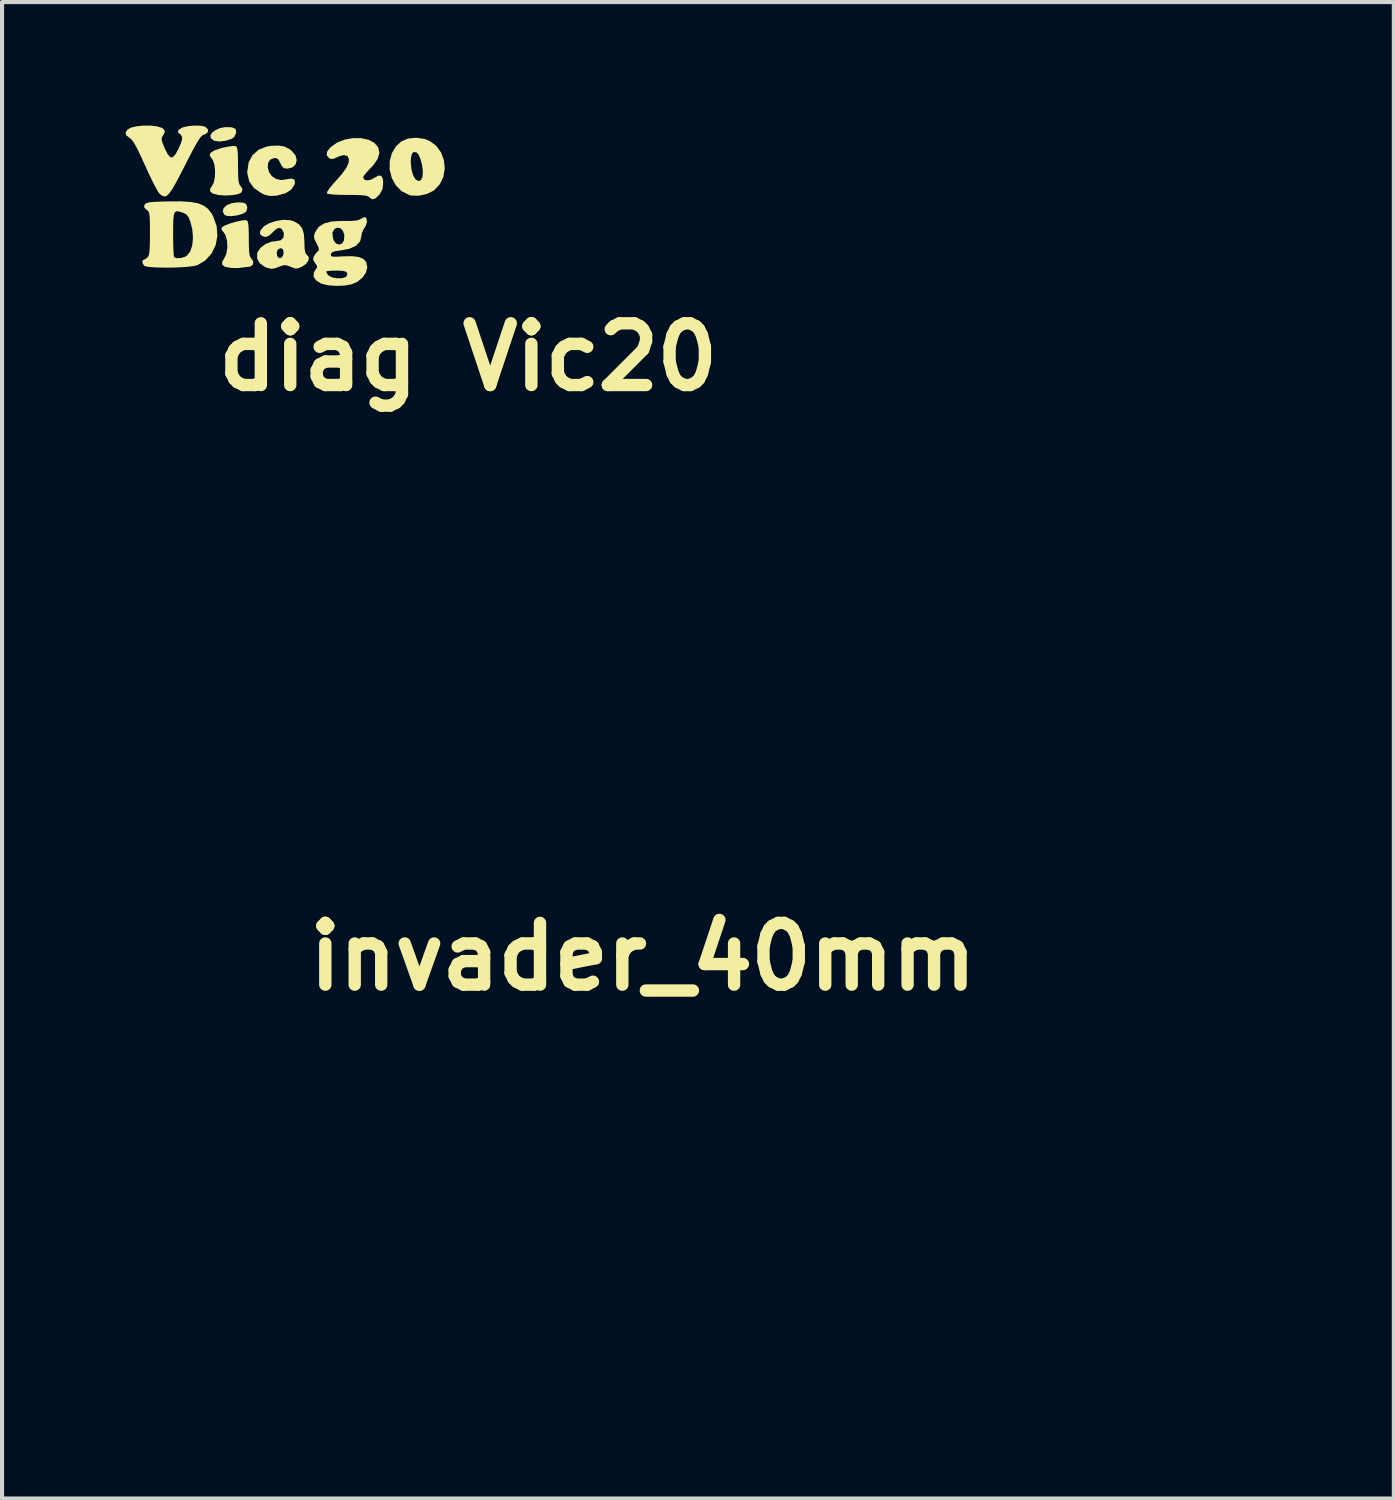
<source format=kicad_pcb>
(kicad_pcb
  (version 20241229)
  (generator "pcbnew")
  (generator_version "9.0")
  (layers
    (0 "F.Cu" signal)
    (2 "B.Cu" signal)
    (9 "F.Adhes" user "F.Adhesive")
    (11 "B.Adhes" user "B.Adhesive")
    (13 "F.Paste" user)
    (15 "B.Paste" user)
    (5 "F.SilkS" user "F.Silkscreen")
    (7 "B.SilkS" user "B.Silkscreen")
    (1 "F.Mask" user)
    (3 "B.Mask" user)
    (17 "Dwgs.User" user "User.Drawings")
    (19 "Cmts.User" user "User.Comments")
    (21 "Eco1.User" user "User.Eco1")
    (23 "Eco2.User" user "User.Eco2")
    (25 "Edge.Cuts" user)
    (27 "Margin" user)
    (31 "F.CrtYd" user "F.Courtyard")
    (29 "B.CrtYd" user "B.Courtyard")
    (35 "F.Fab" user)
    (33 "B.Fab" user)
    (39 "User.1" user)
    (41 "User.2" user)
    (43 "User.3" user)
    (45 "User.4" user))
  (footprint "diag Vic20"
    (layer "F.Cu")
    (at 8.321 5.624)
    (property "Reference" "diag Vic20" (at 0 0 0) (layer "F.SilkS") (effects (font (size 1.5 1.5) (thickness 0.3))))
    (attr board_only exclude_from_pos_files exclude_from_bom)
    (fp_poly (pts (xy -5.463 -3.751) (xy -5.393 -3.718) (xy -5.367 -3.651) (xy -5.365 -3.617) (xy -5.392 -3.533) (xy -5.468 -3.484) (xy -5.607 -3.443) (xy -5.745 -3.424) (xy -5.858 -3.43) (xy -5.919 -3.456) (xy -5.961 -3.539) (xy -5.939 -3.62) (xy -5.863 -3.69) (xy -5.742 -3.739) (xy -5.591 -3.759)) (stroke (width 0) (type solid)) (fill yes) (layer "F.SilkS"))
    (fp_poly (pts (xy -5.764 -5.583) (xy -5.721 -5.575) (xy -5.65 -5.542) (xy -5.633 -5.476) (xy -5.635 -5.449) (xy -5.681 -5.346) (xy -5.74 -5.304) (xy -5.891 -5.255) (xy -6.043 -5.237) (xy -6.165 -5.254) (xy -6.181 -5.261) (xy -6.252 -5.319) (xy -6.261 -5.385) (xy -6.219 -5.453) (xy -6.137 -5.514) (xy -6.027 -5.562) (xy -5.899 -5.587)) (stroke (width 0) (type solid)) (fill yes) (layer "F.SilkS"))
    (fp_poly (pts (xy -5.381 -3.324) (xy -5.357 -3.299) (xy -5.341 -3.236) (xy -5.332 -3.124) (xy -5.328 -2.953) (xy -5.328 -2.876) (xy -5.325 -2.678) (xy -5.318 -2.543) (xy -5.303 -2.457) (xy -5.28 -2.41) (xy -5.271 -2.401) (xy -5.22 -2.325) (xy -5.226 -2.25) (xy -5.286 -2.201) (xy -5.299 -2.198) (xy -5.594 -2.163) (xy -5.766 -2.167) (xy -5.905 -2.194) (xy -5.974 -2.245) (xy -5.972 -2.321) (xy -5.932 -2.386) (xy -5.874 -2.506) (xy -5.849 -2.66) (xy -5.855 -2.82) (xy -5.892 -2.959) (xy -5.935 -3.028) (xy -5.988 -3.094) (xy -5.989 -3.137) (xy -5.963 -3.166) (xy -5.896 -3.204) (xy -5.783 -3.246) (xy -5.649 -3.285) (xy -5.52 -3.315) (xy -5.42 -3.328)) (stroke (width 0) (type solid)) (fill yes) (layer "F.SilkS"))
    (fp_poly (pts (xy -5.649 -5.127) (xy -5.647 -5.126) (xy -5.622 -5.104) (xy -5.605 -5.05) (xy -5.596 -4.953) (xy -5.591 -4.801) (xy -5.59 -4.658) (xy -5.588 -4.456) (xy -5.581 -4.317) (xy -5.568 -4.228) (xy -5.546 -4.178) (xy -5.534 -4.165) (xy -5.482 -4.087) (xy -5.5 -4.011) (xy -5.525 -3.987) (xy -5.605 -3.954) (xy -5.734 -3.934) (xy -5.887 -3.926) (xy -6.039 -3.934) (xy -6.072 -3.939) (xy -6.207 -3.975) (xy -6.27 -4.029) (xy -6.261 -4.102) (xy -6.226 -4.148) (xy -6.179 -4.239) (xy -6.152 -4.375) (xy -6.147 -4.527) (xy -6.163 -4.672) (xy -6.2 -4.784) (xy -6.227 -4.82) (xy -6.278 -4.893) (xy -6.26 -4.959) (xy -6.17 -5.018) (xy -6.007 -5.073) (xy -5.966 -5.084) (xy -5.829 -5.113) (xy -5.715 -5.128)) (stroke (width 0) (type solid)) (fill yes) (layer "F.SilkS"))
    (fp_poly (pts (xy -1.068 -5.302) (xy -0.937 -5.252) (xy -0.772 -5.13) (xy -0.655 -4.966) (xy -0.587 -4.776) (xy -0.569 -4.574) (xy -0.602 -4.377) (xy -0.688 -4.198) (xy -0.827 -4.053) (xy -0.851 -4.036) (xy -1.015 -3.959) (xy -1.202 -3.92) (xy -1.378 -3.924) (xy -1.434 -3.937) (xy -1.618 -4.032) (xy -1.759 -4.175) (xy -1.855 -4.353) (xy -1.905 -4.55) (xy -1.906 -4.73) (xy -1.394 -4.73) (xy -1.376 -4.556) (xy -1.335 -4.412) (xy -1.277 -4.315) (xy -1.207 -4.277) (xy -1.204 -4.277) (xy -1.145 -4.3) (xy -1.11 -4.379) (xy -1.106 -4.402) (xy -1.101 -4.52) (xy -1.119 -4.661) (xy -1.155 -4.8) (xy -1.201 -4.911) (xy -1.246 -4.967) (xy -1.32 -4.985) (xy -1.369 -4.934) (xy -1.392 -4.815) (xy -1.394 -4.73) (xy -1.906 -4.73) (xy -1.906 -4.754) (xy -1.855 -4.949) (xy -1.752 -5.122) (xy -1.617 -5.243) (xy -1.457 -5.309) (xy -1.265 -5.329)) (stroke (width 0) (type solid)) (fill yes) (layer "F.SilkS"))
    (fp_poly (pts (xy -4.463 -5.115) (xy -4.346 -5.056) (xy -4.28 -5.005) (xy -4.192 -4.897) (xy -4.164 -4.783) (xy -4.191 -4.68) (xy -4.269 -4.606) (xy -4.393 -4.577) (xy -4.394 -4.577) (xy -4.476 -4.59) (xy -4.529 -4.643) (xy -4.562 -4.711) (xy -4.608 -4.799) (xy -4.66 -4.833) (xy -4.719 -4.833) (xy -4.811 -4.793) (xy -4.86 -4.71) (xy -4.868 -4.604) (xy -4.836 -4.493) (xy -4.766 -4.394) (xy -4.67 -4.33) (xy -4.548 -4.3) (xy -4.417 -4.317) (xy -4.409 -4.319) (xy -4.285 -4.338) (xy -4.218 -4.309) (xy -4.208 -4.231) (xy -4.223 -4.176) (xy -4.301 -4.064) (xy -4.441 -3.978) (xy -4.634 -3.926) (xy -4.671 -3.921) (xy -4.812 -3.914) (xy -4.931 -3.94) (xy -5.027 -3.984) (xy -5.206 -4.11) (xy -5.318 -4.27) (xy -5.364 -4.466) (xy -5.365 -4.51) (xy -5.332 -4.727) (xy -5.238 -4.905) (xy -5.09 -5.037) (xy -4.893 -5.115) (xy -4.783 -5.132) (xy -4.6 -5.138)) (stroke (width 0) (type solid)) (fill yes) (layer "F.SilkS"))
    (fp_poly (pts (xy -2.604 -5.319) (xy -2.426 -5.281) (xy -2.281 -5.208) (xy -2.186 -5.098) (xy -2.183 -5.092) (xy -2.156 -4.958) (xy -2.198 -4.813) (xy -2.31 -4.653) (xy -2.383 -4.577) (xy -2.471 -4.483) (xy -2.532 -4.406) (xy -2.551 -4.366) (xy -2.522 -4.311) (xy -2.449 -4.292) (xy -2.354 -4.312) (xy -2.282 -4.351) (xy -2.178 -4.41) (xy -2.109 -4.403) (xy -2.072 -4.33) (xy -2.064 -4.225) (xy -2.081 -4.08) (xy -2.144 -3.963) (xy -2.161 -3.942) (xy -2.252 -3.853) (xy -2.327 -3.832) (xy -2.394 -3.874) (xy -2.401 -3.883) (xy -2.437 -3.908) (xy -2.504 -3.924) (xy -2.615 -3.934) (xy -2.78 -3.939) (xy -2.929 -3.939) (xy -3.136 -3.942) (xy -3.296 -3.951) (xy -3.398 -3.964) (xy -3.434 -3.978) (xy -3.421 -4.021) (xy -3.365 -4.103) (xy -3.277 -4.209) (xy -3.23 -4.26) (xy -3.066 -4.448) (xy -2.958 -4.599) (xy -2.904 -4.721) (xy -2.896 -4.814) (xy -2.936 -4.887) (xy -3.021 -4.908) (xy -3.142 -4.875) (xy -3.181 -4.855) (xy -3.283 -4.813) (xy -3.354 -4.819) (xy -3.37 -4.827) (xy -3.436 -4.9) (xy -3.428 -4.989) (xy -3.348 -5.094) (xy -3.342 -5.1) (xy -3.185 -5.21) (xy -2.999 -5.283) (xy -2.8 -5.319)) (stroke (width 0) (type solid)) (fill yes) (layer "F.SilkS"))
    (fp_poly (pts (xy -4.328 -3.326) (xy -4.239 -3.301) (xy -4.113 -3.23) (xy -4.032 -3.131) (xy -3.99 -2.991) (xy -3.977 -2.793) (xy -3.977 -2.792) (xy -3.973 -2.64) (xy -3.959 -2.546) (xy -3.933 -2.496) (xy -3.915 -2.483) (xy -3.869 -2.424) (xy -3.88 -2.344) (xy -3.941 -2.261) (xy -4.037 -2.196) (xy -4.132 -2.156) (xy -4.203 -2.153) (xy -4.292 -2.185) (xy -4.31 -2.193) (xy -4.408 -2.23) (xy -4.485 -2.232) (xy -4.583 -2.198) (xy -4.586 -2.197) (xy -4.703 -2.154) (xy -4.79 -2.145) (xy -4.884 -2.17) (xy -4.943 -2.194) (xy -5.063 -2.279) (xy -5.126 -2.396) (xy -5.123 -2.528) (xy -5.12 -2.537) (xy -4.651 -2.537) (xy -4.637 -2.452) (xy -4.593 -2.404) (xy -4.54 -2.412) (xy -4.496 -2.466) (xy -4.483 -2.533) (xy -4.495 -2.615) (xy -4.54 -2.644) (xy -4.558 -2.645) (xy -4.624 -2.614) (xy -4.651 -2.537) (xy -5.12 -2.537) (xy -5.118 -2.542) (xy -5.044 -2.655) (xy -4.921 -2.747) (xy -4.774 -2.804) (xy -4.689 -2.814) (xy -4.558 -2.836) (xy -4.486 -2.9) (xy -4.477 -3.004) (xy -4.48 -3.021) (xy -4.528 -3.116) (xy -4.599 -3.141) (xy -4.683 -3.095) (xy -4.709 -3.068) (xy -4.825 -2.957) (xy -4.924 -2.916) (xy -5.011 -2.942) (xy -5.011 -2.943) (xy -5.058 -2.993) (xy -5.05 -3.058) (xy -5.039 -3.085) (xy -4.96 -3.178) (xy -4.829 -3.254) (xy -4.665 -3.307) (xy -4.491 -3.334)) (stroke (width 0) (type solid)) (fill yes) (layer "F.SilkS"))
    (fp_poly (pts (xy -6.511 -5.622) (xy -6.4 -5.6) (xy -6.381 -5.592) (xy -6.319 -5.53) (xy -6.322 -5.463) (xy -6.388 -5.412) (xy -6.416 -5.404) (xy -6.453 -5.387) (xy -6.495 -5.346) (xy -6.547 -5.274) (xy -6.614 -5.161) (xy -6.701 -5.001) (xy -6.814 -4.784) (xy -6.868 -4.677) (xy -7.003 -4.414) (xy -7.11 -4.213) (xy -7.196 -4.067) (xy -7.265 -3.97) (xy -7.323 -3.917) (xy -7.375 -3.901) (xy -7.426 -3.916) (xy -7.482 -3.956) (xy -7.495 -3.968) (xy -7.535 -4.022) (xy -7.597 -4.133) (xy -7.676 -4.288) (xy -7.766 -4.475) (xy -7.845 -4.649) (xy -7.952 -4.885) (xy -8.037 -5.06) (xy -8.104 -5.184) (xy -8.159 -5.265) (xy -8.207 -5.313) (xy -8.224 -5.325) (xy -8.309 -5.391) (xy -8.321 -5.459) (xy -8.272 -5.529) (xy -8.185 -5.576) (xy -8.047 -5.608) (xy -7.882 -5.624) (xy -7.711 -5.623) (xy -7.557 -5.605) (xy -7.442 -5.57) (xy -7.404 -5.544) (xy -7.368 -5.496) (xy -7.376 -5.445) (xy -7.407 -5.393) (xy -7.438 -5.339) (xy -7.446 -5.286) (xy -7.427 -5.213) (xy -7.381 -5.099) (xy -7.369 -5.07) (xy -7.297 -4.926) (xy -7.234 -4.854) (xy -7.173 -4.855) (xy -7.108 -4.928) (xy -7.043 -5.047) (xy -6.975 -5.197) (xy -6.947 -5.299) (xy -6.956 -5.369) (xy -7.002 -5.421) (xy -7.007 -5.424) (xy -7.051 -5.465) (xy -7.04 -5.504) (xy -7.007 -5.539) (xy -6.928 -5.581) (xy -6.801 -5.61) (xy -6.653 -5.624)) (stroke (width 0) (type solid)) (fill yes) (layer "F.SilkS"))
    (fp_poly (pts (xy -6.744 -3.769) (xy -6.563 -3.736) (xy -6.425 -3.682) (xy -6.319 -3.602) (xy -6.235 -3.494) (xy -6.193 -3.419) (xy -6.11 -3.185) (xy -6.091 -2.948) (xy -6.132 -2.722) (xy -6.23 -2.519) (xy -6.38 -2.352) (xy -6.574 -2.234) (xy -6.665 -2.212) (xy -6.806 -2.194) (xy -6.983 -2.182) (xy -7.178 -2.174) (xy -7.375 -2.173) (xy -7.56 -2.177) (xy -7.715 -2.187) (xy -7.825 -2.203) (xy -7.871 -2.221) (xy -7.909 -2.284) (xy -7.912 -2.342) (xy -7.882 -2.364) (xy -7.83 -2.388) (xy -7.788 -2.423) (xy -7.763 -2.46) (xy -7.746 -2.525) (xy -7.736 -2.628) (xy -7.73 -2.781) (xy -7.729 -2.985) (xy -7.166 -2.985) (xy -7.164 -2.792) (xy -7.16 -2.626) (xy -7.153 -2.502) (xy -7.144 -2.434) (xy -7.141 -2.426) (xy -7.073 -2.402) (xy -6.972 -2.408) (xy -6.871 -2.44) (xy -6.838 -2.459) (xy -6.755 -2.559) (xy -6.702 -2.712) (xy -6.684 -2.899) (xy -6.7 -3.103) (xy -6.746 -3.283) (xy -6.793 -3.4) (xy -6.845 -3.467) (xy -6.923 -3.507) (xy -6.94 -3.513) (xy -7.025 -3.537) (xy -7.085 -3.542) (xy -7.125 -3.517) (xy -7.149 -3.453) (xy -7.161 -3.34) (xy -7.165 -3.169) (xy -7.166 -2.985) (xy -7.729 -2.985) (xy -7.729 -2.997) (xy -7.729 -3.002) (xy -7.729 -3.21) (xy -7.733 -3.355) (xy -7.74 -3.452) (xy -7.754 -3.513) (xy -7.776 -3.55) (xy -7.808 -3.578) (xy -7.813 -3.581) (xy -7.869 -3.635) (xy -7.865 -3.689) (xy -7.856 -3.705) (xy -7.83 -3.732) (xy -7.783 -3.751) (xy -7.704 -3.764) (xy -7.58 -3.773) (xy -7.399 -3.779) (xy -7.275 -3.782) (xy -6.977 -3.783)) (stroke (width 0) (type solid)) (fill yes) (layer "F.SilkS"))
    (fp_poly (pts (xy -2.486 -3.389) (xy -2.472 -3.371) (xy -2.457 -3.284) (xy -2.492 -3.177) (xy -2.537 -3.111) (xy -2.578 -3.027) (xy -2.589 -2.96) (xy -2.622 -2.815) (xy -2.722 -2.705) (xy -2.887 -2.63) (xy -3.095 -2.592) (xy -3.226 -2.574) (xy -3.298 -2.55) (xy -3.33 -2.513) (xy -3.333 -2.499) (xy -3.334 -2.464) (xy -3.311 -2.445) (xy -3.25 -2.438) (xy -3.135 -2.442) (xy -3.054 -2.447) (xy -2.825 -2.452) (xy -2.66 -2.433) (xy -2.547 -2.387) (xy -2.479 -2.312) (xy -2.478 -2.31) (xy -2.449 -2.185) (xy -2.483 -2.052) (xy -2.569 -1.928) (xy -2.697 -1.826) (xy -2.836 -1.767) (xy -3.009 -1.737) (xy -3.207 -1.73) (xy -3.398 -1.744) (xy -3.553 -1.78) (xy -3.569 -1.786) (xy -3.694 -1.863) (xy -3.755 -1.956) (xy -3.747 -2.058) (xy -3.736 -2.076) (xy -3.452 -2.076) (xy -3.429 -2.032) (xy -3.39 -1.982) (xy -3.309 -1.937) (xy -3.19 -1.915) (xy -3.065 -1.917) (xy -2.968 -1.948) (xy -2.968 -1.948) (xy -2.934 -2.006) (xy -2.939 -2.041) (xy -2.97 -2.075) (xy -3.041 -2.094) (xy -3.168 -2.101) (xy -3.207 -2.101) (xy -3.331 -2.098) (xy -3.419 -2.088) (xy -3.452 -2.076) (xy -3.736 -2.076) (xy -3.716 -2.109) (xy -3.671 -2.175) (xy -3.674 -2.223) (xy -3.718 -2.284) (xy -3.764 -2.36) (xy -3.757 -2.427) (xy -3.745 -2.452) (xy -3.69 -2.532) (xy -3.65 -2.571) (xy -3.624 -2.606) (xy -3.633 -2.661) (xy -3.68 -2.758) (xy -3.682 -2.762) (xy -3.732 -2.863) (xy -3.745 -2.935) (xy -3.725 -3.012) (xy -3.719 -3.027) (xy -3.296 -3.027) (xy -3.286 -2.901) (xy -3.265 -2.835) (xy -3.207 -2.757) (xy -3.128 -2.734) (xy -3.055 -2.766) (xy -3.016 -2.838) (xy -3.007 -2.962) (xy -3.04 -3.063) (xy -3.101 -3.129) (xy -3.179 -3.145) (xy -3.247 -3.113) (xy -3.296 -3.027) (xy -3.719 -3.027) (xy -3.716 -3.035) (xy -3.632 -3.161) (xy -3.498 -3.247) (xy -3.308 -3.295) (xy -3.057 -3.309) (xy -3.024 -3.308) (xy -2.843 -3.307) (xy -2.718 -3.318) (xy -2.634 -3.341) (xy -2.598 -3.361) (xy -2.526 -3.399)) (stroke (width 0) (type solid)) (fill yes) (layer "F.SilkS")))
  (footprint "invader_40mm"
    (layer "F.Cu")
    (at 12.566 20.188)
    (property "Reference" "invader_40mm" (at 0 0 0) (layer "F.SilkS") (effects (font (size 1.5 1.5) (thickness 0.3))))
    (attr board_only exclude_from_pos_files exclude_from_bom)
    (fp_poly (pts (xy -4.813 -8.957) (xy -4.813 -7.754) (xy -6.149 -7.754) (xy -7.486 -7.754) (xy -7.486 -8.957) (xy -7.486 -10.16) (xy -6.149 -10.16) (xy -4.813 -10.16)) (stroke (width 0) (type solid)) (fill yes) (layer "F.Mask"))
    (fp_poly (pts (xy 0 8.823) (xy 0 10.16) (xy -2.406 10.16) (xy -4.813 10.16) (xy -4.813 8.823) (xy -4.813 7.486) (xy -2.406 7.486) (xy 0 7.486)) (stroke (width 0) (type solid)) (fill yes) (layer "F.Mask"))
    (fp_poly (pts (xy 10.16 -8.957) (xy 10.16 -7.754) (xy 8.957 -7.754) (xy 7.754 -7.754) (xy 7.754 -6.417) (xy 7.754 -5.08) (xy 8.957 -5.08) (xy 10.16 -5.08) (xy 10.16 -3.877) (xy 10.16 -2.674) (xy 11.497 -2.674) (xy 12.834 -2.674) (xy 12.834 -1.337) (xy 12.834 0) (xy 14.037 0) (xy 15.24 0) (xy 15.24 3.743) (xy 15.24 7.486) (xy 14.037 7.486) (xy 12.834 7.486) (xy 12.834 4.946) (xy 12.834 2.406) (xy 11.497 2.406) (xy 10.16 2.406) (xy 10.16 4.946) (xy 10.16 7.486) (xy 8.957 7.486) (xy 7.754 7.486) (xy 7.754 8.823) (xy 7.754 10.16) (xy 5.214 10.16) (xy 2.674 10.16) (xy 2.674 8.823) (xy 2.674 7.486) (xy 5.214 7.486) (xy 7.754 7.486) (xy 7.754 6.283) (xy 7.754 5.08) (xy 1.471 5.08) (xy -4.813 5.08) (xy -4.813 6.283) (xy -4.813 7.486) (xy -6.149 7.486) (xy -7.486 7.486) (xy -7.486 4.946) (xy -7.486 2.406) (xy -8.689 2.406) (xy -9.893 2.406) (xy -9.893 4.946) (xy -9.893 7.486) (xy -11.229 7.486) (xy -12.566 7.486) (xy -12.566 3.743) (xy -12.566 0) (xy -11.229 0) (xy -9.893 0) (xy -9.893 -1.337) (xy -9.893 -2.674) (xy -8.689 -2.674) (xy -7.486 -2.674) (xy -4.813 -2.674) (xy -4.813 -1.337) (xy -4.813 0) (xy -3.609 0) (xy -2.406 0) (xy -2.406 -1.337) (xy -2.406 -2.674) (xy 5.08 -2.674) (xy 5.08 -1.337) (xy 5.08 0) (xy 6.417 0) (xy 7.754 0) (xy 7.754 -1.337) (xy 7.754 -2.674) (xy 6.417 -2.674) (xy 5.08 -2.674) (xy -2.406 -2.674) (xy -3.609 -2.674) (xy -4.813 -2.674) (xy -7.486 -2.674) (xy -7.486 -3.877) (xy -7.486 -5.08) (xy -6.149 -5.08) (xy -4.813 -5.08) (xy -4.813 -6.417) (xy -4.813 -7.754) (xy -3.609 -7.754) (xy -2.406 -7.754) (xy -2.406 -6.417) (xy -2.406 -5.08) (xy 1.337 -5.08) (xy 5.08 -5.08) (xy 5.08 -6.417) (xy 5.08 -7.754) (xy 6.417 -7.754) (xy 7.754 -7.754) (xy 7.754 -8.957) (xy 7.754 -10.16) (xy 8.957 -10.16) (xy 10.16 -10.16)) (stroke (width 0) (type solid)) (fill yes) (layer "F.Mask")))
  (gr_rect
    (start -3 -3)
    (end 30.806 33.348)
    (stroke (width 0.1) (type default))
    (fill no)
    (layer "Edge.Cuts")))
</source>
